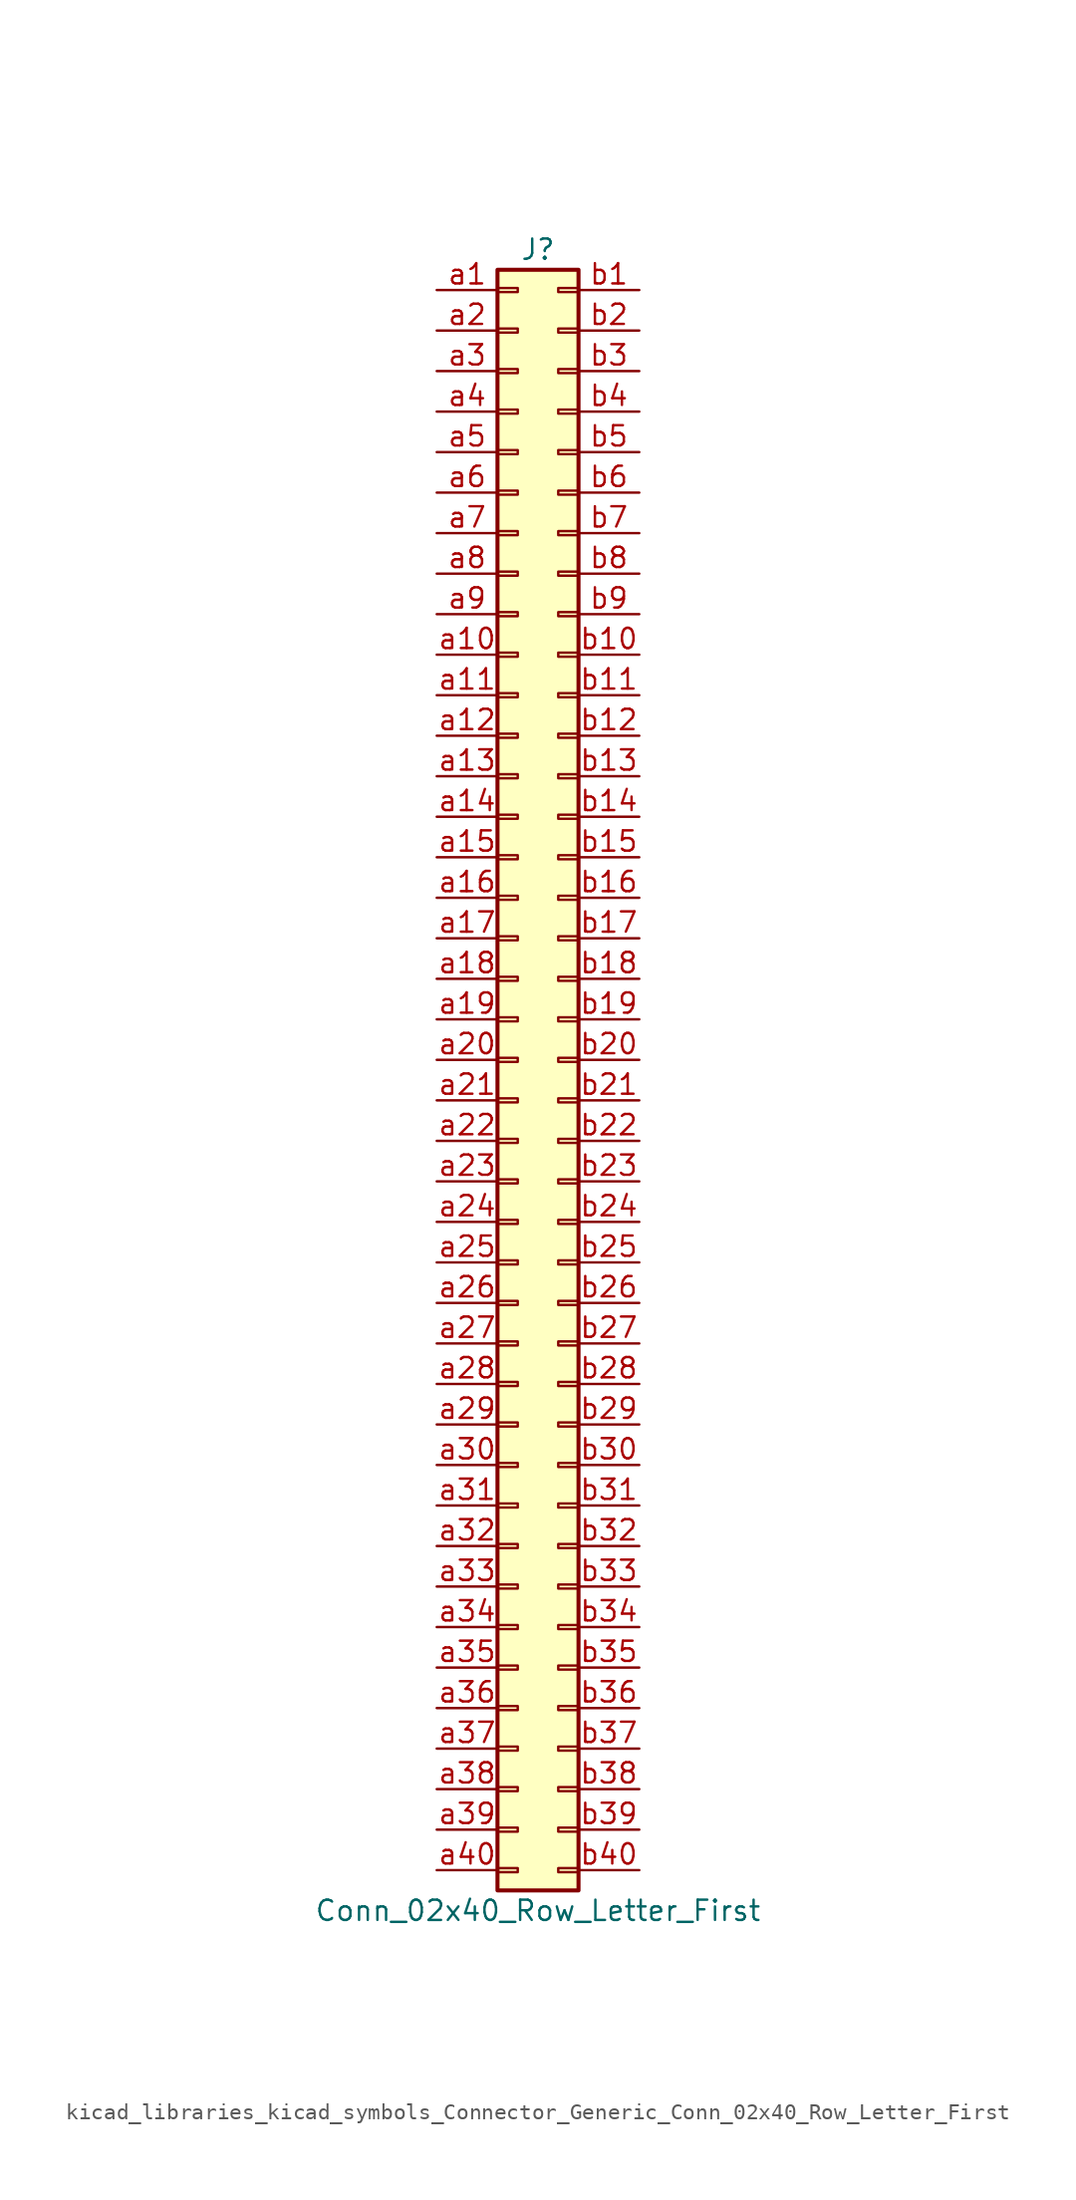
<source format=kicad_sym>
(kicad_symbol_lib
  (version 20220914)
  (generator kicad_symbol_editor)
  (symbol "kicad_libraries_kicad_symbols_Connector_Generic_Conn_02x40_Row_Letter_First"
    (pin_names
      (offset 1.016) hide)
    (property "Reference" "J"
      (at 1.27 50.8 0)
      (effects (font (size 1.27 1.27))))
    (property "Value" "Conn_02x40_Row_Letter_First"
      (at 1.27 -53.34 0)
      (effects (font (size 1.27 1.27))))
    (symbol "kicad_libraries_kicad_symbols_Connector_Generic_Conn_02x40_Row_Letter_First_1_1"
      (rectangle (start -1.27 -50.673) (end 0 -50.927) (stroke (width 0.152) (type default)) (fill (type none)))
      (rectangle (start -1.27 -48.133) (end 0 -48.387) (stroke (width 0.152) (type default)) (fill (type none)))
      (rectangle (start -1.27 -45.593) (end 0 -45.847) (stroke (width 0.152) (type default)) (fill (type none)))
      (rectangle (start -1.27 -43.053) (end 0 -43.307) (stroke (width 0.152) (type default)) (fill (type none)))
      (rectangle (start -1.27 -40.513) (end 0 -40.767) (stroke (width 0.152) (type default)) (fill (type none)))
      (rectangle (start -1.27 -37.973) (end 0 -38.227) (stroke (width 0.152) (type default)) (fill (type none)))
      (rectangle (start -1.27 -35.433) (end 0 -35.687) (stroke (width 0.152) (type default)) (fill (type none)))
      (rectangle (start -1.27 -32.893) (end 0 -33.147) (stroke (width 0.152) (type default)) (fill (type none)))
      (rectangle (start -1.27 -30.353) (end 0 -30.607) (stroke (width 0.152) (type default)) (fill (type none)))
      (rectangle (start -1.27 -27.813) (end 0 -28.067) (stroke (width 0.152) (type default)) (fill (type none)))
      (rectangle (start -1.27 -25.273) (end 0 -25.527) (stroke (width 0.152) (type default)) (fill (type none)))
      (rectangle (start -1.27 -22.733) (end 0 -22.987) (stroke (width 0.152) (type default)) (fill (type none)))
      (rectangle (start -1.27 -20.193) (end 0 -20.447) (stroke (width 0.152) (type default)) (fill (type none)))
      (rectangle (start -1.27 -17.653) (end 0 -17.907) (stroke (width 0.152) (type default)) (fill (type none)))
      (rectangle (start -1.27 -15.113) (end 0 -15.367) (stroke (width 0.152) (type default)) (fill (type none)))
      (rectangle (start -1.27 -12.573) (end 0 -12.827) (stroke (width 0.152) (type default)) (fill (type none)))
      (rectangle (start -1.27 -10.033) (end 0 -10.287) (stroke (width 0.152) (type default)) (fill (type none)))
      (rectangle (start -1.27 -7.493) (end 0 -7.747) (stroke (width 0.152) (type default)) (fill (type none)))
      (rectangle (start -1.27 -4.953) (end 0 -5.207) (stroke (width 0.152) (type default)) (fill (type none)))
      (rectangle (start -1.27 -2.413) (end 0 -2.667) (stroke (width 0.152) (type default)) (fill (type none)))
      (rectangle (start -1.27 0.127) (end 0 -0.127) (stroke (width 0.152) (type default)) (fill (type none)))
      (rectangle (start -1.27 2.667) (end 0 2.413) (stroke (width 0.152) (type default)) (fill (type none)))
      (rectangle (start -1.27 5.207) (end 0 4.953) (stroke (width 0.152) (type default)) (fill (type none)))
      (rectangle (start -1.27 7.747) (end 0 7.493) (stroke (width 0.152) (type default)) (fill (type none)))
      (rectangle (start -1.27 10.287) (end 0 10.033) (stroke (width 0.152) (type default)) (fill (type none)))
      (rectangle (start -1.27 12.827) (end 0 12.573) (stroke (width 0.152) (type default)) (fill (type none)))
      (rectangle (start -1.27 15.367) (end 0 15.113) (stroke (width 0.152) (type default)) (fill (type none)))
      (rectangle (start -1.27 17.907) (end 0 17.653) (stroke (width 0.152) (type default)) (fill (type none)))
      (rectangle (start -1.27 20.447) (end 0 20.193) (stroke (width 0.152) (type default)) (fill (type none)))
      (rectangle (start -1.27 22.987) (end 0 22.733) (stroke (width 0.152) (type default)) (fill (type none)))
      (rectangle (start -1.27 25.527) (end 0 25.273) (stroke (width 0.152) (type default)) (fill (type none)))
      (rectangle (start -1.27 28.067) (end 0 27.813) (stroke (width 0.152) (type default)) (fill (type none)))
      (rectangle (start -1.27 30.607) (end 0 30.353) (stroke (width 0.152) (type default)) (fill (type none)))
      (rectangle (start -1.27 33.147) (end 0 32.893) (stroke (width 0.152) (type default)) (fill (type none)))
      (rectangle (start -1.27 35.687) (end 0 35.433) (stroke (width 0.152) (type default)) (fill (type none)))
      (rectangle (start -1.27 38.227) (end 0 37.973) (stroke (width 0.152) (type default)) (fill (type none)))
      (rectangle (start -1.27 40.767) (end 0 40.513) (stroke (width 0.152) (type default)) (fill (type none)))
      (rectangle (start -1.27 43.307) (end 0 43.053) (stroke (width 0.152) (type default)) (fill (type none)))
      (rectangle (start -1.27 45.847) (end 0 45.593) (stroke (width 0.152) (type default)) (fill (type none)))
      (rectangle (start -1.27 48.387) (end 0 48.133) (stroke (width 0.152) (type default)) (fill (type none)))
      (rectangle (start -1.27 49.53) (end 3.81 -52.07) (stroke (width 0.254) (type default)) (fill (type background)))
      (rectangle (start 3.81 -50.673) (end 2.54 -50.927) (stroke (width 0.152) (type default)) (fill (type none)))
      (rectangle (start 3.81 -48.133) (end 2.54 -48.387) (stroke (width 0.152) (type default)) (fill (type none)))
      (rectangle (start 3.81 -45.593) (end 2.54 -45.847) (stroke (width 0.152) (type default)) (fill (type none)))
      (rectangle (start 3.81 -43.053) (end 2.54 -43.307) (stroke (width 0.152) (type default)) (fill (type none)))
      (rectangle (start 3.81 -40.513) (end 2.54 -40.767) (stroke (width 0.152) (type default)) (fill (type none)))
      (rectangle (start 3.81 -37.973) (end 2.54 -38.227) (stroke (width 0.152) (type default)) (fill (type none)))
      (rectangle (start 3.81 -35.433) (end 2.54 -35.687) (stroke (width 0.152) (type default)) (fill (type none)))
      (rectangle (start 3.81 -32.893) (end 2.54 -33.147) (stroke (width 0.152) (type default)) (fill (type none)))
      (rectangle (start 3.81 -30.353) (end 2.54 -30.607) (stroke (width 0.152) (type default)) (fill (type none)))
      (rectangle (start 3.81 -27.813) (end 2.54 -28.067) (stroke (width 0.152) (type default)) (fill (type none)))
      (rectangle (start 3.81 -25.273) (end 2.54 -25.527) (stroke (width 0.152) (type default)) (fill (type none)))
      (rectangle (start 3.81 -22.733) (end 2.54 -22.987) (stroke (width 0.152) (type default)) (fill (type none)))
      (rectangle (start 3.81 -20.193) (end 2.54 -20.447) (stroke (width 0.152) (type default)) (fill (type none)))
      (rectangle (start 3.81 -17.653) (end 2.54 -17.907) (stroke (width 0.152) (type default)) (fill (type none)))
      (rectangle (start 3.81 -15.113) (end 2.54 -15.367) (stroke (width 0.152) (type default)) (fill (type none)))
      (rectangle (start 3.81 -12.573) (end 2.54 -12.827) (stroke (width 0.152) (type default)) (fill (type none)))
      (rectangle (start 3.81 -10.033) (end 2.54 -10.287) (stroke (width 0.152) (type default)) (fill (type none)))
      (rectangle (start 3.81 -7.493) (end 2.54 -7.747) (stroke (width 0.152) (type default)) (fill (type none)))
      (rectangle (start 3.81 -4.953) (end 2.54 -5.207) (stroke (width 0.152) (type default)) (fill (type none)))
      (rectangle (start 3.81 -2.413) (end 2.54 -2.667) (stroke (width 0.152) (type default)) (fill (type none)))
      (rectangle (start 3.81 0.127) (end 2.54 -0.127) (stroke (width 0.152) (type default)) (fill (type none)))
      (rectangle (start 3.81 2.667) (end 2.54 2.413) (stroke (width 0.152) (type default)) (fill (type none)))
      (rectangle (start 3.81 5.207) (end 2.54 4.953) (stroke (width 0.152) (type default)) (fill (type none)))
      (rectangle (start 3.81 7.747) (end 2.54 7.493) (stroke (width 0.152) (type default)) (fill (type none)))
      (rectangle (start 3.81 10.287) (end 2.54 10.033) (stroke (width 0.152) (type default)) (fill (type none)))
      (rectangle (start 3.81 12.827) (end 2.54 12.573) (stroke (width 0.152) (type default)) (fill (type none)))
      (rectangle (start 3.81 15.367) (end 2.54 15.113) (stroke (width 0.152) (type default)) (fill (type none)))
      (rectangle (start 3.81 17.907) (end 2.54 17.653) (stroke (width 0.152) (type default)) (fill (type none)))
      (rectangle (start 3.81 20.447) (end 2.54 20.193) (stroke (width 0.152) (type default)) (fill (type none)))
      (rectangle (start 3.81 22.987) (end 2.54 22.733) (stroke (width 0.152) (type default)) (fill (type none)))
      (rectangle (start 3.81 25.527) (end 2.54 25.273) (stroke (width 0.152) (type default)) (fill (type none)))
      (rectangle (start 3.81 28.067) (end 2.54 27.813) (stroke (width 0.152) (type default)) (fill (type none)))
      (rectangle (start 3.81 30.607) (end 2.54 30.353) (stroke (width 0.152) (type default)) (fill (type none)))
      (rectangle (start 3.81 33.147) (end 2.54 32.893) (stroke (width 0.152) (type default)) (fill (type none)))
      (rectangle (start 3.81 35.687) (end 2.54 35.433) (stroke (width 0.152) (type default)) (fill (type none)))
      (rectangle (start 3.81 38.227) (end 2.54 37.973) (stroke (width 0.152) (type default)) (fill (type none)))
      (rectangle (start 3.81 40.767) (end 2.54 40.513) (stroke (width 0.152) (type default)) (fill (type none)))
      (rectangle (start 3.81 43.307) (end 2.54 43.053) (stroke (width 0.152) (type default)) (fill (type none)))
      (rectangle (start 3.81 45.847) (end 2.54 45.593) (stroke (width 0.152) (type default)) (fill (type none)))
      (rectangle (start 3.81 48.387) (end 2.54 48.133) (stroke (width 0.152) (type default)) (fill (type none)))
      (pin passive line (at -5.08 48.26 0) (length 3.81) (name "Pin_a1" (effects (font (size 1.27 1.27)))) (number "a1" (effects (font (size 1.27 1.27)))))
      (pin passive line (at -5.08 25.4 0) (length 3.81) (name "Pin_a10" (effects (font (size 1.27 1.27)))) (number "a10" (effects (font (size 1.27 1.27)))))
      (pin passive line (at -5.08 22.86 0) (length 3.81) (name "Pin_a11" (effects (font (size 1.27 1.27)))) (number "a11" (effects (font (size 1.27 1.27)))))
      (pin passive line (at -5.08 20.32 0) (length 3.81) (name "Pin_a12" (effects (font (size 1.27 1.27)))) (number "a12" (effects (font (size 1.27 1.27)))))
      (pin passive line (at -5.08 17.78 0) (length 3.81) (name "Pin_a13" (effects (font (size 1.27 1.27)))) (number "a13" (effects (font (size 1.27 1.27)))))
      (pin passive line (at -5.08 15.24 0) (length 3.81) (name "Pin_a14" (effects (font (size 1.27 1.27)))) (number "a14" (effects (font (size 1.27 1.27)))))
      (pin passive line (at -5.08 12.7 0) (length 3.81) (name "Pin_a15" (effects (font (size 1.27 1.27)))) (number "a15" (effects (font (size 1.27 1.27)))))
      (pin passive line (at -5.08 10.16 0) (length 3.81) (name "Pin_a16" (effects (font (size 1.27 1.27)))) (number "a16" (effects (font (size 1.27 1.27)))))
      (pin passive line (at -5.08 7.62 0) (length 3.81) (name "Pin_a17" (effects (font (size 1.27 1.27)))) (number "a17" (effects (font (size 1.27 1.27)))))
      (pin passive line (at -5.08 5.08 0) (length 3.81) (name "Pin_a18" (effects (font (size 1.27 1.27)))) (number "a18" (effects (font (size 1.27 1.27)))))
      (pin passive line (at -5.08 2.54 0) (length 3.81) (name "Pin_a19" (effects (font (size 1.27 1.27)))) (number "a19" (effects (font (size 1.27 1.27)))))
      (pin passive line (at -5.08 45.72 0) (length 3.81) (name "Pin_a2" (effects (font (size 1.27 1.27)))) (number "a2" (effects (font (size 1.27 1.27)))))
      (pin passive line (at -5.08 0 0) (length 3.81) (name "Pin_a20" (effects (font (size 1.27 1.27)))) (number "a20" (effects (font (size 1.27 1.27)))))
      (pin passive line (at -5.08 -2.54 0) (length 3.81) (name "Pin_a21" (effects (font (size 1.27 1.27)))) (number "a21" (effects (font (size 1.27 1.27)))))
      (pin passive line (at -5.08 -5.08 0) (length 3.81) (name "Pin_a22" (effects (font (size 1.27 1.27)))) (number "a22" (effects (font (size 1.27 1.27)))))
      (pin passive line (at -5.08 -7.62 0) (length 3.81) (name "Pin_a23" (effects (font (size 1.27 1.27)))) (number "a23" (effects (font (size 1.27 1.27)))))
      (pin passive line (at -5.08 -10.16 0) (length 3.81) (name "Pin_a24" (effects (font (size 1.27 1.27)))) (number "a24" (effects (font (size 1.27 1.27)))))
      (pin passive line (at -5.08 -12.7 0) (length 3.81) (name "Pin_a25" (effects (font (size 1.27 1.27)))) (number "a25" (effects (font (size 1.27 1.27)))))
      (pin passive line (at -5.08 -15.24 0) (length 3.81) (name "Pin_a26" (effects (font (size 1.27 1.27)))) (number "a26" (effects (font (size 1.27 1.27)))))
      (pin passive line (at -5.08 -17.78 0) (length 3.81) (name "Pin_a27" (effects (font (size 1.27 1.27)))) (number "a27" (effects (font (size 1.27 1.27)))))
      (pin passive line (at -5.08 -20.32 0) (length 3.81) (name "Pin_a28" (effects (font (size 1.27 1.27)))) (number "a28" (effects (font (size 1.27 1.27)))))
      (pin passive line (at -5.08 -22.86 0) (length 3.81) (name "Pin_a29" (effects (font (size 1.27 1.27)))) (number "a29" (effects (font (size 1.27 1.27)))))
      (pin passive line (at -5.08 43.18 0) (length 3.81) (name "Pin_a3" (effects (font (size 1.27 1.27)))) (number "a3" (effects (font (size 1.27 1.27)))))
      (pin passive line (at -5.08 -25.4 0) (length 3.81) (name "Pin_a30" (effects (font (size 1.27 1.27)))) (number "a30" (effects (font (size 1.27 1.27)))))
      (pin passive line (at -5.08 -27.94 0) (length 3.81) (name "Pin_a31" (effects (font (size 1.27 1.27)))) (number "a31" (effects (font (size 1.27 1.27)))))
      (pin passive line (at -5.08 -30.48 0) (length 3.81) (name "Pin_a32" (effects (font (size 1.27 1.27)))) (number "a32" (effects (font (size 1.27 1.27)))))
      (pin passive line (at -5.08 -33.02 0) (length 3.81) (name "Pin_a33" (effects (font (size 1.27 1.27)))) (number "a33" (effects (font (size 1.27 1.27)))))
      (pin passive line (at -5.08 -35.56 0) (length 3.81) (name "Pin_a34" (effects (font (size 1.27 1.27)))) (number "a34" (effects (font (size 1.27 1.27)))))
      (pin passive line (at -5.08 -38.1 0) (length 3.81) (name "Pin_a35" (effects (font (size 1.27 1.27)))) (number "a35" (effects (font (size 1.27 1.27)))))
      (pin passive line (at -5.08 -40.64 0) (length 3.81) (name "Pin_a36" (effects (font (size 1.27 1.27)))) (number "a36" (effects (font (size 1.27 1.27)))))
      (pin passive line (at -5.08 -43.18 0) (length 3.81) (name "Pin_a37" (effects (font (size 1.27 1.27)))) (number "a37" (effects (font (size 1.27 1.27)))))
      (pin passive line (at -5.08 -45.72 0) (length 3.81) (name "Pin_a38" (effects (font (size 1.27 1.27)))) (number "a38" (effects (font (size 1.27 1.27)))))
      (pin passive line (at -5.08 -48.26 0) (length 3.81) (name "Pin_a39" (effects (font (size 1.27 1.27)))) (number "a39" (effects (font (size 1.27 1.27)))))
      (pin passive line (at -5.08 40.64 0) (length 3.81) (name "Pin_a4" (effects (font (size 1.27 1.27)))) (number "a4" (effects (font (size 1.27 1.27)))))
      (pin passive line (at -5.08 -50.8 0) (length 3.81) (name "Pin_a40" (effects (font (size 1.27 1.27)))) (number "a40" (effects (font (size 1.27 1.27)))))
      (pin passive line (at -5.08 38.1 0) (length 3.81) (name "Pin_a5" (effects (font (size 1.27 1.27)))) (number "a5" (effects (font (size 1.27 1.27)))))
      (pin passive line (at -5.08 35.56 0) (length 3.81) (name "Pin_a6" (effects (font (size 1.27 1.27)))) (number "a6" (effects (font (size 1.27 1.27)))))
      (pin passive line (at -5.08 33.02 0) (length 3.81) (name "Pin_a7" (effects (font (size 1.27 1.27)))) (number "a7" (effects (font (size 1.27 1.27)))))
      (pin passive line (at -5.08 30.48 0) (length 3.81) (name "Pin_a8" (effects (font (size 1.27 1.27)))) (number "a8" (effects (font (size 1.27 1.27)))))
      (pin passive line (at -5.08 27.94 0) (length 3.81) (name "Pin_a9" (effects (font (size 1.27 1.27)))) (number "a9" (effects (font (size 1.27 1.27)))))
      (pin passive line (at 7.62 48.26 180) (length 3.81) (name "Pin_b1" (effects (font (size 1.27 1.27)))) (number "b1" (effects (font (size 1.27 1.27)))))
      (pin passive line (at 7.62 25.4 180) (length 3.81) (name "Pin_b10" (effects (font (size 1.27 1.27)))) (number "b10" (effects (font (size 1.27 1.27)))))
      (pin passive line (at 7.62 22.86 180) (length 3.81) (name "Pin_b11" (effects (font (size 1.27 1.27)))) (number "b11" (effects (font (size 1.27 1.27)))))
      (pin passive line (at 7.62 20.32 180) (length 3.81) (name "Pin_b12" (effects (font (size 1.27 1.27)))) (number "b12" (effects (font (size 1.27 1.27)))))
      (pin passive line (at 7.62 17.78 180) (length 3.81) (name "Pin_b13" (effects (font (size 1.27 1.27)))) (number "b13" (effects (font (size 1.27 1.27)))))
      (pin passive line (at 7.62 15.24 180) (length 3.81) (name "Pin_b14" (effects (font (size 1.27 1.27)))) (number "b14" (effects (font (size 1.27 1.27)))))
      (pin passive line (at 7.62 12.7 180) (length 3.81) (name "Pin_b15" (effects (font (size 1.27 1.27)))) (number "b15" (effects (font (size 1.27 1.27)))))
      (pin passive line (at 7.62 10.16 180) (length 3.81) (name "Pin_b16" (effects (font (size 1.27 1.27)))) (number "b16" (effects (font (size 1.27 1.27)))))
      (pin passive line (at 7.62 7.62 180) (length 3.81) (name "Pin_b17" (effects (font (size 1.27 1.27)))) (number "b17" (effects (font (size 1.27 1.27)))))
      (pin passive line (at 7.62 5.08 180) (length 3.81) (name "Pin_b18" (effects (font (size 1.27 1.27)))) (number "b18" (effects (font (size 1.27 1.27)))))
      (pin passive line (at 7.62 2.54 180) (length 3.81) (name "Pin_b19" (effects (font (size 1.27 1.27)))) (number "b19" (effects (font (size 1.27 1.27)))))
      (pin passive line (at 7.62 45.72 180) (length 3.81) (name "Pin_b2" (effects (font (size 1.27 1.27)))) (number "b2" (effects (font (size 1.27 1.27)))))
      (pin passive line (at 7.62 0 180) (length 3.81) (name "Pin_b20" (effects (font (size 1.27 1.27)))) (number "b20" (effects (font (size 1.27 1.27)))))
      (pin passive line (at 7.62 -2.54 180) (length 3.81) (name "Pin_b21" (effects (font (size 1.27 1.27)))) (number "b21" (effects (font (size 1.27 1.27)))))
      (pin passive line (at 7.62 -5.08 180) (length 3.81) (name "Pin_b22" (effects (font (size 1.27 1.27)))) (number "b22" (effects (font (size 1.27 1.27)))))
      (pin passive line (at 7.62 -7.62 180) (length 3.81) (name "Pin_b23" (effects (font (size 1.27 1.27)))) (number "b23" (effects (font (size 1.27 1.27)))))
      (pin passive line (at 7.62 -10.16 180) (length 3.81) (name "Pin_b24" (effects (font (size 1.27 1.27)))) (number "b24" (effects (font (size 1.27 1.27)))))
      (pin passive line (at 7.62 -12.7 180) (length 3.81) (name "Pin_b25" (effects (font (size 1.27 1.27)))) (number "b25" (effects (font (size 1.27 1.27)))))
      (pin passive line (at 7.62 -15.24 180) (length 3.81) (name "Pin_b26" (effects (font (size 1.27 1.27)))) (number "b26" (effects (font (size 1.27 1.27)))))
      (pin passive line (at 7.62 -17.78 180) (length 3.81) (name "Pin_b27" (effects (font (size 1.27 1.27)))) (number "b27" (effects (font (size 1.27 1.27)))))
      (pin passive line (at 7.62 -20.32 180) (length 3.81) (name "Pin_b28" (effects (font (size 1.27 1.27)))) (number "b28" (effects (font (size 1.27 1.27)))))
      (pin passive line (at 7.62 -22.86 180) (length 3.81) (name "Pin_b29" (effects (font (size 1.27 1.27)))) (number "b29" (effects (font (size 1.27 1.27)))))
      (pin passive line (at 7.62 43.18 180) (length 3.81) (name "Pin_b3" (effects (font (size 1.27 1.27)))) (number "b3" (effects (font (size 1.27 1.27)))))
      (pin passive line (at 7.62 -25.4 180) (length 3.81) (name "Pin_b30" (effects (font (size 1.27 1.27)))) (number "b30" (effects (font (size 1.27 1.27)))))
      (pin passive line (at 7.62 -27.94 180) (length 3.81) (name "Pin_b31" (effects (font (size 1.27 1.27)))) (number "b31" (effects (font (size 1.27 1.27)))))
      (pin passive line (at 7.62 -30.48 180) (length 3.81) (name "Pin_b32" (effects (font (size 1.27 1.27)))) (number "b32" (effects (font (size 1.27 1.27)))))
      (pin passive line (at 7.62 -33.02 180) (length 3.81) (name "Pin_b33" (effects (font (size 1.27 1.27)))) (number "b33" (effects (font (size 1.27 1.27)))))
      (pin passive line (at 7.62 -35.56 180) (length 3.81) (name "Pin_b34" (effects (font (size 1.27 1.27)))) (number "b34" (effects (font (size 1.27 1.27)))))
      (pin passive line (at 7.62 -38.1 180) (length 3.81) (name "Pin_b35" (effects (font (size 1.27 1.27)))) (number "b35" (effects (font (size 1.27 1.27)))))
      (pin passive line (at 7.62 -40.64 180) (length 3.81) (name "Pin_b36" (effects (font (size 1.27 1.27)))) (number "b36" (effects (font (size 1.27 1.27)))))
      (pin passive line (at 7.62 -43.18 180) (length 3.81) (name "Pin_b37" (effects (font (size 1.27 1.27)))) (number "b37" (effects (font (size 1.27 1.27)))))
      (pin passive line (at 7.62 -45.72 180) (length 3.81) (name "Pin_b38" (effects (font (size 1.27 1.27)))) (number "b38" (effects (font (size 1.27 1.27)))))
      (pin passive line (at 7.62 -48.26 180) (length 3.81) (name "Pin_b39" (effects (font (size 1.27 1.27)))) (number "b39" (effects (font (size 1.27 1.27)))))
      (pin passive line (at 7.62 40.64 180) (length 3.81) (name "Pin_b4" (effects (font (size 1.27 1.27)))) (number "b4" (effects (font (size 1.27 1.27)))))
      (pin passive line (at 7.62 -50.8 180) (length 3.81) (name "Pin_b40" (effects (font (size 1.27 1.27)))) (number "b40" (effects (font (size 1.27 1.27)))))
      (pin passive line (at 7.62 38.1 180) (length 3.81) (name "Pin_b5" (effects (font (size 1.27 1.27)))) (number "b5" (effects (font (size 1.27 1.27)))))
      (pin passive line (at 7.62 35.56 180) (length 3.81) (name "Pin_b6" (effects (font (size 1.27 1.27)))) (number "b6" (effects (font (size 1.27 1.27)))))
      (pin passive line (at 7.62 33.02 180) (length 3.81) (name "Pin_b7" (effects (font (size 1.27 1.27)))) (number "b7" (effects (font (size 1.27 1.27)))))
      (pin passive line (at 7.62 30.48 180) (length 3.81) (name "Pin_b8" (effects (font (size 1.27 1.27)))) (number "b8" (effects (font (size 1.27 1.27)))))
      (pin passive line (at 7.62 27.94 180) (length 3.81) (name "Pin_b9" (effects (font (size 1.27 1.27)))) (number "b9" (effects (font (size 1.27 1.27))))))))
</source>
